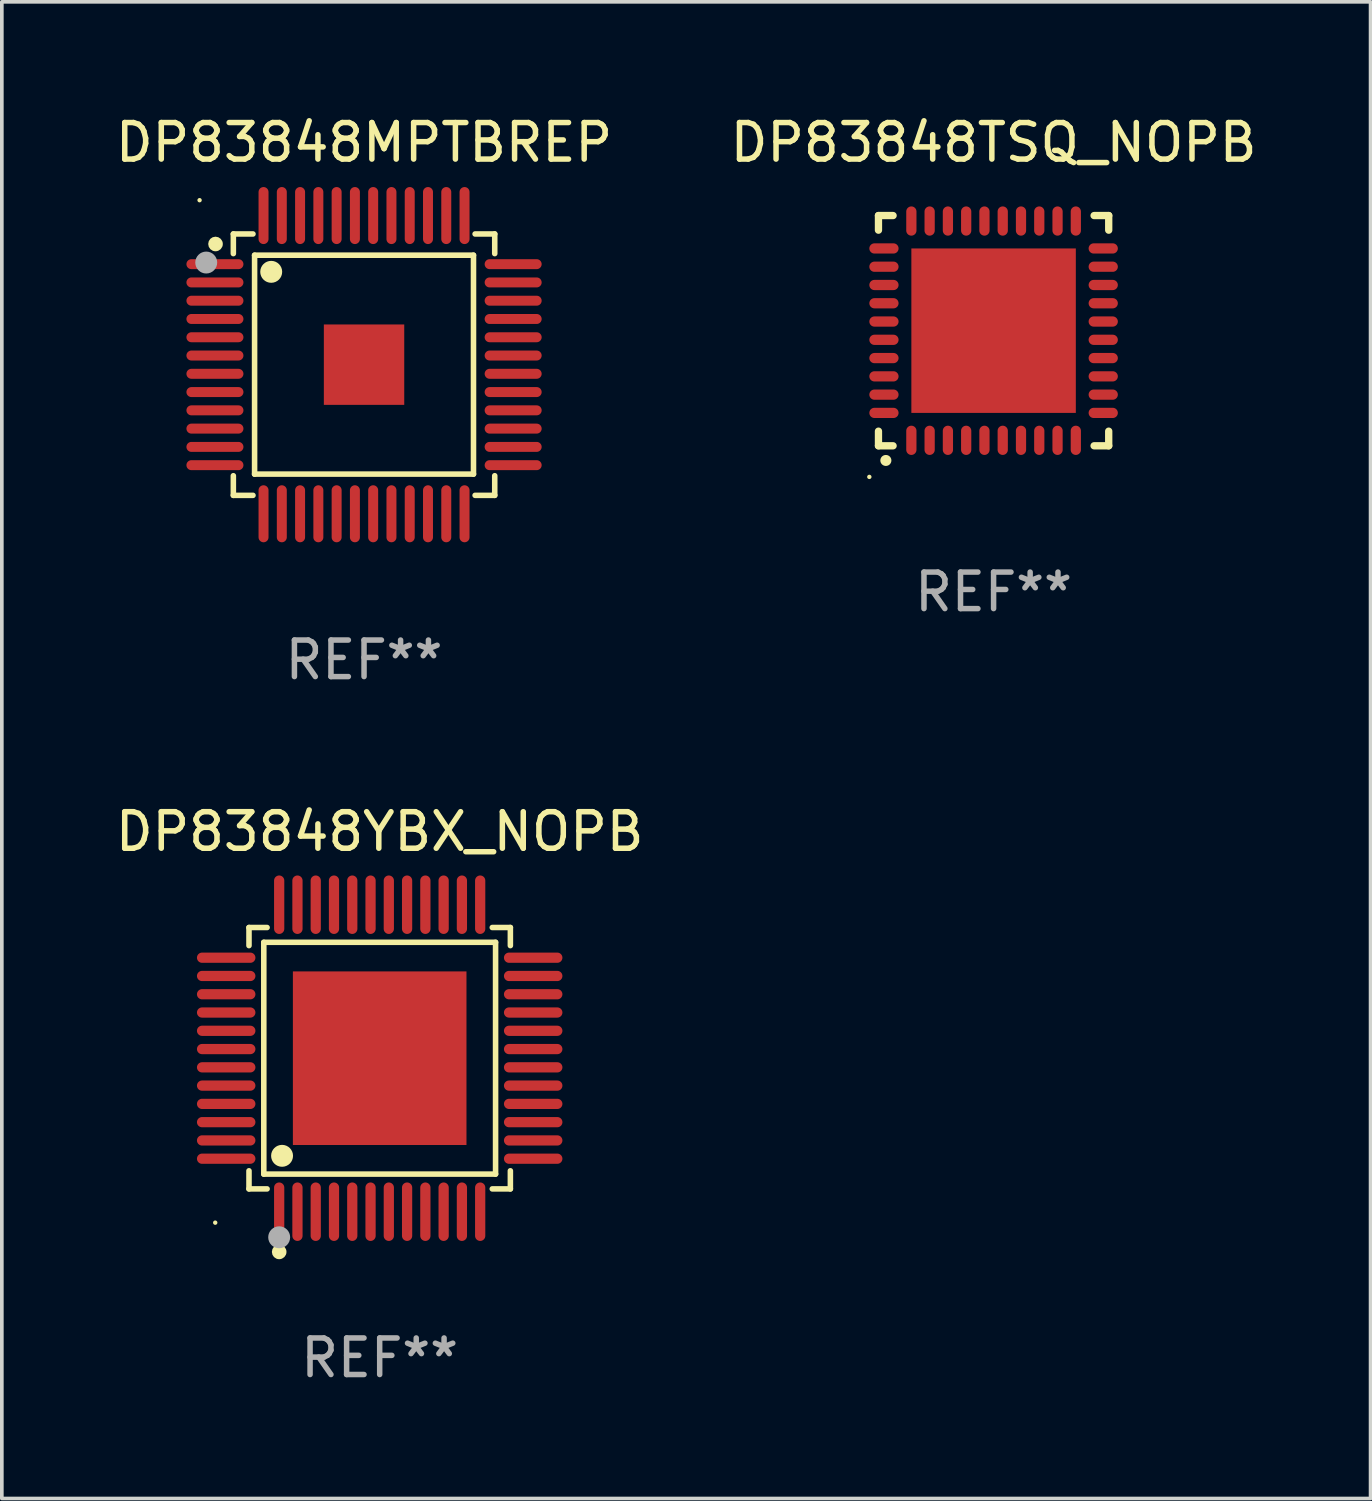
<source format=kicad_pcb>
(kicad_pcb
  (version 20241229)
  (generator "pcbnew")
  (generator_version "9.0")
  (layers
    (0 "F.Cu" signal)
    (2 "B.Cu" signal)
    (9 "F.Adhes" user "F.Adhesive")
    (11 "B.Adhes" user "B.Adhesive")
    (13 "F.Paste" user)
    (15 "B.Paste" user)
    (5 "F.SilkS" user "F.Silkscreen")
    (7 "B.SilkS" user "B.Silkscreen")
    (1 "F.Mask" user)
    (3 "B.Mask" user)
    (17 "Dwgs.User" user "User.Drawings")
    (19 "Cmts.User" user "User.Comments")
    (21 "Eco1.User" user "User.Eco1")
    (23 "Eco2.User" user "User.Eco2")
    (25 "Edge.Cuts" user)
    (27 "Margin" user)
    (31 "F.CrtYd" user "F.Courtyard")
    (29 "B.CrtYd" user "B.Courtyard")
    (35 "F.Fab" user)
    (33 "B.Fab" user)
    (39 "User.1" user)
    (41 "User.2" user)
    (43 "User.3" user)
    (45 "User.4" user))
  (footprint "DP83848MPTBREP"
    (layer "F.Cu")
    (at 6.911 6.928)
    (property "Reference" "DP83848MPTBREP" (at 0 -6.08 0) (layer "F.SilkS") (effects (font (size 1 1) (thickness 0.15))))
    (attr through_hole)
    (fp_line (start -3.576 -3.576) (end -3.039 -3.576) (stroke (width 0.152) (type solid)) (layer "F.SilkS"))
    (fp_line (start -3.576 -3.039) (end -3.576 -3.576) (stroke (width 0.152) (type solid)) (layer "F.SilkS"))
    (fp_line (start -3.576 3.039) (end -3.576 3.576) (stroke (width 0.152) (type solid)) (layer "F.SilkS"))
    (fp_line (start -3.576 3.576) (end -3.039 3.576) (stroke (width 0.152) (type solid)) (layer "F.SilkS"))
    (fp_line (start -2.995 -2.995) (end 2.995 -2.995) (stroke (width 0.152) (type solid)) (layer "F.SilkS"))
    (fp_line (start -2.995 2.995) (end -2.995 -2.995) (stroke (width 0.152) (type solid)) (layer "F.SilkS"))
    (fp_line (start 2.995 -2.995) (end 2.995 2.995) (stroke (width 0.152) (type solid)) (layer "F.SilkS"))
    (fp_line (start 2.995 2.995) (end -2.995 2.995) (stroke (width 0.152) (type solid)) (layer "F.SilkS"))
    (fp_line (start 3.576 -3.576) (end 3.039 -3.576) (stroke (width 0.152) (type solid)) (layer "F.SilkS"))
    (fp_line (start 3.576 -3.039) (end 3.576 -3.576) (stroke (width 0.152) (type solid)) (layer "F.SilkS"))
    (fp_line (start 3.576 3.039) (end 3.576 3.576) (stroke (width 0.152) (type solid)) (layer "F.SilkS"))
    (fp_line (start 3.576 3.576) (end 3.039 3.576) (stroke (width 0.152) (type solid)) (layer "F.SilkS"))
    (fp_circle (center -4.5 -4.5) (end -4.47 -4.5) (stroke (width 0.06) (type solid)) (fill no) (layer "F.SilkS"))
    (fp_circle (center -4.064 -3.302) (end -3.964 -3.302) (stroke (width 0.2) (type solid)) (fill no) (layer "F.SilkS"))
    (fp_circle (center -2.54 -2.54) (end -2.39 -2.54) (stroke (width 0.3) (type solid)) (fill no) (layer "F.SilkS"))
    (fp_circle (center -4.318 -2.794) (end -4.168 -2.794) (stroke (width 0.3) (type solid)) (fill no) (layer "F.Fab"))
    (fp_text user "REF**" (at 0 8.08 0) (layer "F.Fab") (effects (font (size 1 1) (thickness 0.15))))
    (pad "1" smd oval (at -4.08 -2.75) (size 1.56 0.273) (layers "F.Cu" "F.Mask" "F.Paste"))
    (pad "2" smd oval (at -4.08 -2.25) (size 1.56 0.273) (layers "F.Cu" "F.Mask" "F.Paste"))
    (pad "3" smd oval (at -4.08 -1.75) (size 1.56 0.273) (layers "F.Cu" "F.Mask" "F.Paste"))
    (pad "4" smd oval (at -4.08 -1.25) (size 1.56 0.273) (layers "F.Cu" "F.Mask" "F.Paste"))
    (pad "5" smd oval (at -4.08 -0.75) (size 1.56 0.273) (layers "F.Cu" "F.Mask" "F.Paste"))
    (pad "6" smd oval (at -4.08 -0.25) (size 1.56 0.273) (layers "F.Cu" "F.Mask" "F.Paste"))
    (pad "7" smd oval (at -4.08 0.25) (size 1.56 0.273) (layers "F.Cu" "F.Mask" "F.Paste"))
    (pad "8" smd oval (at -4.08 0.75) (size 1.56 0.273) (layers "F.Cu" "F.Mask" "F.Paste"))
    (pad "9" smd oval (at -4.08 1.25) (size 1.56 0.273) (layers "F.Cu" "F.Mask" "F.Paste"))
    (pad "10" smd oval (at -4.08 1.75) (size 1.56 0.273) (layers "F.Cu" "F.Mask" "F.Paste"))
    (pad "11" smd oval (at -4.08 2.25) (size 1.56 0.273) (layers "F.Cu" "F.Mask" "F.Paste"))
    (pad "12" smd oval (at -4.08 2.75) (size 1.56 0.273) (layers "F.Cu" "F.Mask" "F.Paste"))
    (pad "13" smd oval (at -2.75 4.08) (size 0.273 1.56) (layers "F.Cu" "F.Mask" "F.Paste"))
    (pad "14" smd oval (at -2.25 4.08) (size 0.273 1.56) (layers "F.Cu" "F.Mask" "F.Paste"))
    (pad "15" smd oval (at -1.75 4.08) (size 0.273 1.56) (layers "F.Cu" "F.Mask" "F.Paste"))
    (pad "16" smd oval (at -1.25 4.08) (size 0.273 1.56) (layers "F.Cu" "F.Mask" "F.Paste"))
    (pad "17" smd oval (at -0.75 4.08) (size 0.273 1.56) (layers "F.Cu" "F.Mask" "F.Paste"))
    (pad "18" smd oval (at -0.25 4.08) (size 0.273 1.56) (layers "F.Cu" "F.Mask" "F.Paste"))
    (pad "19" smd oval (at 0.25 4.08) (size 0.273 1.56) (layers "F.Cu" "F.Mask" "F.Paste"))
    (pad "20" smd oval (at 0.75 4.08) (size 0.273 1.56) (layers "F.Cu" "F.Mask" "F.Paste"))
    (pad "21" smd oval (at 1.25 4.08) (size 0.273 1.56) (layers "F.Cu" "F.Mask" "F.Paste"))
    (pad "22" smd oval (at 1.75 4.08) (size 0.273 1.56) (layers "F.Cu" "F.Mask" "F.Paste"))
    (pad "23" smd oval (at 2.25 4.08) (size 0.273 1.56) (layers "F.Cu" "F.Mask" "F.Paste"))
    (pad "24" smd oval (at 2.75 4.08) (size 0.273 1.56) (layers "F.Cu" "F.Mask" "F.Paste"))
    (pad "25" smd oval (at 4.08 2.75) (size 1.56 0.273) (layers "F.Cu" "F.Mask" "F.Paste"))
    (pad "26" smd oval (at 4.08 2.25) (size 1.56 0.273) (layers "F.Cu" "F.Mask" "F.Paste"))
    (pad "27" smd oval (at 4.08 1.75) (size 1.56 0.273) (layers "F.Cu" "F.Mask" "F.Paste"))
    (pad "28" smd oval (at 4.08 1.25) (size 1.56 0.273) (layers "F.Cu" "F.Mask" "F.Paste"))
    (pad "29" smd oval (at 4.08 0.75) (size 1.56 0.273) (layers "F.Cu" "F.Mask" "F.Paste"))
    (pad "30" smd oval (at 4.08 0.25) (size 1.56 0.273) (layers "F.Cu" "F.Mask" "F.Paste"))
    (pad "31" smd oval (at 4.08 -0.25) (size 1.56 0.273) (layers "F.Cu" "F.Mask" "F.Paste"))
    (pad "32" smd oval (at 4.08 -0.75) (size 1.56 0.273) (layers "F.Cu" "F.Mask" "F.Paste"))
    (pad "33" smd oval (at 4.08 -1.25) (size 1.56 0.273) (layers "F.Cu" "F.Mask" "F.Paste"))
    (pad "34" smd oval (at 4.08 -1.75) (size 1.56 0.273) (layers "F.Cu" "F.Mask" "F.Paste"))
    (pad "35" smd oval (at 4.08 -2.25) (size 1.56 0.273) (layers "F.Cu" "F.Mask" "F.Paste"))
    (pad "36" smd oval (at 4.08 -2.75) (size 1.56 0.273) (layers "F.Cu" "F.Mask" "F.Paste"))
    (pad "37" smd oval (at 2.75 -4.08) (size 0.273 1.56) (layers "F.Cu" "F.Mask" "F.Paste"))
    (pad "38" smd oval (at 2.25 -4.08) (size 0.273 1.56) (layers "F.Cu" "F.Mask" "F.Paste"))
    (pad "39" smd oval (at 1.75 -4.08) (size 0.273 1.56) (layers "F.Cu" "F.Mask" "F.Paste"))
    (pad "40" smd oval (at 1.25 -4.08) (size 0.273 1.56) (layers "F.Cu" "F.Mask" "F.Paste"))
    (pad "41" smd oval (at 0.75 -4.08) (size 0.273 1.56) (layers "F.Cu" "F.Mask" "F.Paste"))
    (pad "42" smd oval (at 0.25 -4.08) (size 0.273 1.56) (layers "F.Cu" "F.Mask" "F.Paste"))
    (pad "43" smd oval (at -0.25 -4.08) (size 0.273 1.56) (layers "F.Cu" "F.Mask" "F.Paste"))
    (pad "44" smd oval (at -0.75 -4.08) (size 0.273 1.56) (layers "F.Cu" "F.Mask" "F.Paste"))
    (pad "45" smd oval (at -1.25 -4.08) (size 0.273 1.56) (layers "F.Cu" "F.Mask" "F.Paste"))
    (pad "46" smd oval (at -1.75 -4.08) (size 0.273 1.56) (layers "F.Cu" "F.Mask" "F.Paste"))
    (pad "47" smd oval (at -2.25 -4.08) (size 0.273 1.56) (layers "F.Cu" "F.Mask" "F.Paste"))
    (pad "48" smd oval (at -2.75 -4.08) (size 0.273 1.56) (layers "F.Cu" "F.Mask" "F.Paste"))
    (pad "49" smd rect (at 0 0) (size 2.2 2.2) (layers "F.Cu" "F.Mask" "F.Paste")))
  (footprint "DP83848YBX_NOPB"
    (layer "F.Cu")
    (at 7.339 25.905)
    (property "Reference" "DP83848YBX_NOPB" (at 0 -6.2 0) (layer "F.SilkS") (effects (font (size 1 1) (thickness 0.15))))
    (attr through_hole)
    (fp_line (start -3.576 -3.576) (end -3.081 -3.576) (stroke (width 0.152) (type solid)) (layer "F.SilkS"))
    (fp_line (start -3.576 -3.081) (end -3.576 -3.576) (stroke (width 0.152) (type solid)) (layer "F.SilkS"))
    (fp_line (start -3.576 3.081) (end -3.576 3.576) (stroke (width 0.152) (type solid)) (layer "F.SilkS"))
    (fp_line (start -3.576 3.576) (end -3.081 3.576) (stroke (width 0.152) (type solid)) (layer "F.SilkS"))
    (fp_line (start -3.171 -3.171) (end 3.171 -3.171) (stroke (width 0.152) (type solid)) (layer "F.SilkS"))
    (fp_line (start -3.171 3.171) (end -3.171 -3.171) (stroke (width 0.152) (type solid)) (layer "F.SilkS"))
    (fp_line (start 3.171 -3.171) (end 3.171 3.171) (stroke (width 0.152) (type solid)) (layer "F.SilkS"))
    (fp_line (start 3.171 3.171) (end -3.171 3.171) (stroke (width 0.152) (type solid)) (layer "F.SilkS"))
    (fp_line (start 3.576 -3.576) (end 3.081 -3.576) (stroke (width 0.152) (type solid)) (layer "F.SilkS"))
    (fp_line (start 3.576 -3.081) (end 3.576 -3.576) (stroke (width 0.152) (type solid)) (layer "F.SilkS"))
    (fp_line (start 3.576 3.081) (end 3.576 3.576) (stroke (width 0.152) (type solid)) (layer "F.SilkS"))
    (fp_line (start 3.576 3.576) (end 3.081 3.576) (stroke (width 0.152) (type solid)) (layer "F.SilkS"))
    (fp_circle (center -4.5 4.5) (end -4.47 4.5) (stroke (width 0.06) (type solid)) (fill no) (layer "F.SilkS"))
    (fp_circle (center -2.75 5.3) (end -2.65 5.3) (stroke (width 0.2) (type solid)) (fill no) (layer "F.SilkS"))
    (fp_circle (center -2.671 2.671) (end -2.521 2.671) (stroke (width 0.3) (type solid)) (fill no) (layer "F.SilkS"))
    (fp_circle (center -2.75 4.9) (end -2.6 4.9) (stroke (width 0.3) (type solid)) (fill no) (layer "F.Fab"))
    (fp_text user "REF**" (at 0 8.2 0) (layer "F.Fab") (effects (font (size 1 1) (thickness 0.15))))
    (pad "1" smd oval (at -2.75 4.2) (size 0.28 1.6) (layers "F.Cu" "F.Mask" "F.Paste"))
    (pad "2" smd oval (at -2.25 4.2) (size 0.28 1.6) (layers "F.Cu" "F.Mask" "F.Paste"))
    (pad "3" smd oval (at -1.75 4.2) (size 0.28 1.6) (layers "F.Cu" "F.Mask" "F.Paste"))
    (pad "4" smd oval (at -1.25 4.2) (size 0.28 1.6) (layers "F.Cu" "F.Mask" "F.Paste"))
    (pad "5" smd oval (at -0.75 4.2) (size 0.28 1.6) (layers "F.Cu" "F.Mask" "F.Paste"))
    (pad "6" smd oval (at -0.25 4.2) (size 0.28 1.6) (layers "F.Cu" "F.Mask" "F.Paste"))
    (pad "7" smd oval (at 0.25 4.2) (size 0.28 1.6) (layers "F.Cu" "F.Mask" "F.Paste"))
    (pad "8" smd oval (at 0.75 4.2) (size 0.28 1.6) (layers "F.Cu" "F.Mask" "F.Paste"))
    (pad "9" smd oval (at 1.25 4.2) (size 0.28 1.6) (layers "F.Cu" "F.Mask" "F.Paste"))
    (pad "10" smd oval (at 1.75 4.2) (size 0.28 1.6) (layers "F.Cu" "F.Mask" "F.Paste"))
    (pad "11" smd oval (at 2.25 4.2) (size 0.28 1.6) (layers "F.Cu" "F.Mask" "F.Paste"))
    (pad "12" smd oval (at 2.75 4.2) (size 0.28 1.6) (layers "F.Cu" "F.Mask" "F.Paste"))
    (pad "13" smd oval (at 4.2 2.75) (size 1.6 0.28) (layers "F.Cu" "F.Mask" "F.Paste"))
    (pad "14" smd oval (at 4.2 2.25) (size 1.6 0.28) (layers "F.Cu" "F.Mask" "F.Paste"))
    (pad "15" smd oval (at 4.2 1.75) (size 1.6 0.28) (layers "F.Cu" "F.Mask" "F.Paste"))
    (pad "16" smd oval (at 4.2 1.25) (size 1.6 0.28) (layers "F.Cu" "F.Mask" "F.Paste"))
    (pad "17" smd oval (at 4.2 0.75) (size 1.6 0.28) (layers "F.Cu" "F.Mask" "F.Paste"))
    (pad "18" smd oval (at 4.2 0.25) (size 1.6 0.28) (layers "F.Cu" "F.Mask" "F.Paste"))
    (pad "19" smd oval (at 4.2 -0.25) (size 1.6 0.28) (layers "F.Cu" "F.Mask" "F.Paste"))
    (pad "20" smd oval (at 4.2 -0.75) (size 1.6 0.28) (layers "F.Cu" "F.Mask" "F.Paste"))
    (pad "21" smd oval (at 4.2 -1.25) (size 1.6 0.28) (layers "F.Cu" "F.Mask" "F.Paste"))
    (pad "22" smd oval (at 4.2 -1.75) (size 1.6 0.28) (layers "F.Cu" "F.Mask" "F.Paste"))
    (pad "23" smd oval (at 4.2 -2.25) (size 1.6 0.28) (layers "F.Cu" "F.Mask" "F.Paste"))
    (pad "24" smd oval (at 4.2 -2.75) (size 1.6 0.28) (layers "F.Cu" "F.Mask" "F.Paste"))
    (pad "25" smd oval (at 2.75 -4.2) (size 0.28 1.6) (layers "F.Cu" "F.Mask" "F.Paste"))
    (pad "26" smd oval (at 2.25 -4.2) (size 0.28 1.6) (layers "F.Cu" "F.Mask" "F.Paste"))
    (pad "27" smd oval (at 1.75 -4.2) (size 0.28 1.6) (layers "F.Cu" "F.Mask" "F.Paste"))
    (pad "28" smd oval (at 1.25 -4.2) (size 0.28 1.6) (layers "F.Cu" "F.Mask" "F.Paste"))
    (pad "29" smd oval (at 0.75 -4.2) (size 0.28 1.6) (layers "F.Cu" "F.Mask" "F.Paste"))
    (pad "30" smd oval (at 0.25 -4.2) (size 0.28 1.6) (layers "F.Cu" "F.Mask" "F.Paste"))
    (pad "31" smd oval (at -0.25 -4.2) (size 0.28 1.6) (layers "F.Cu" "F.Mask" "F.Paste"))
    (pad "32" smd oval (at -0.75 -4.2) (size 0.28 1.6) (layers "F.Cu" "F.Mask" "F.Paste"))
    (pad "33" smd oval (at -1.25 -4.2) (size 0.28 1.6) (layers "F.Cu" "F.Mask" "F.Paste"))
    (pad "34" smd oval (at -1.75 -4.2) (size 0.28 1.6) (layers "F.Cu" "F.Mask" "F.Paste"))
    (pad "35" smd oval (at -2.25 -4.2) (size 0.28 1.6) (layers "F.Cu" "F.Mask" "F.Paste"))
    (pad "36" smd oval (at -2.75 -4.2) (size 0.28 1.6) (layers "F.Cu" "F.Mask" "F.Paste"))
    (pad "37" smd oval (at -4.2 -2.75) (size 1.6 0.28) (layers "F.Cu" "F.Mask" "F.Paste"))
    (pad "38" smd oval (at -4.2 -2.25) (size 1.6 0.28) (layers "F.Cu" "F.Mask" "F.Paste"))
    (pad "39" smd oval (at -4.2 -1.75) (size 1.6 0.28) (layers "F.Cu" "F.Mask" "F.Paste"))
    (pad "40" smd oval (at -4.2 -1.25) (size 1.6 0.28) (layers "F.Cu" "F.Mask" "F.Paste"))
    (pad "41" smd oval (at -4.2 -0.75) (size 1.6 0.28) (layers "F.Cu" "F.Mask" "F.Paste"))
    (pad "42" smd oval (at -4.2 -0.25) (size 1.6 0.28) (layers "F.Cu" "F.Mask" "F.Paste"))
    (pad "43" smd oval (at -4.2 0.25) (size 1.6 0.28) (layers "F.Cu" "F.Mask" "F.Paste"))
    (pad "44" smd oval (at -4.2 0.75) (size 1.6 0.28) (layers "F.Cu" "F.Mask" "F.Paste"))
    (pad "45" smd oval (at -4.2 1.25) (size 1.6 0.28) (layers "F.Cu" "F.Mask" "F.Paste"))
    (pad "46" smd oval (at -4.2 1.75) (size 1.6 0.28) (layers "F.Cu" "F.Mask" "F.Paste"))
    (pad "47" smd oval (at -4.2 2.25) (size 1.6 0.28) (layers "F.Cu" "F.Mask" "F.Paste"))
    (pad "48" smd oval (at -4.2 2.75) (size 1.6 0.28) (layers "F.Cu" "F.Mask" "F.Paste"))
    (pad "49" smd rect (at 0 0) (size 4.75 4.75) (layers "F.Cu" "F.Mask" "F.Paste")))
  (footprint "DP83848TSQ_NOPB"
    (layer "F.Cu")
    (at 24.137 5.998)
    (property "Reference" "DP83848TSQ_NOPB" (at 0 -5.15 0) (layer "F.SilkS") (effects (font (size 1 1) (thickness 0.15))))
    (attr through_hole)
    (fp_line (start -3.15 -3.15) (end -2.75 -3.15) (stroke (width 0.2) (type solid)) (layer "F.SilkS"))
    (fp_line (start -3.15 -2.75) (end -3.15 -3.15) (stroke (width 0.2) (type solid)) (layer "F.SilkS"))
    (fp_line (start -3.15 3.15) (end -3.15 2.75) (stroke (width 0.2) (type solid)) (layer "F.SilkS"))
    (fp_line (start -2.75 3.15) (end -3.15 3.15) (stroke (width 0.2) (type solid)) (layer "F.SilkS"))
    (fp_line (start 3.15 -3.15) (end 2.75 -3.15) (stroke (width 0.2) (type solid)) (layer "F.SilkS"))
    (fp_line (start 3.15 -2.75) (end 3.15 -3.15) (stroke (width 0.2) (type solid)) (layer "F.SilkS"))
    (fp_line (start 3.15 2.75) (end 3.15 3.15) (stroke (width 0.2) (type solid)) (layer "F.SilkS"))
    (fp_line (start 3.15 3.15) (end 2.75 3.15) (stroke (width 0.2) (type solid)) (layer "F.SilkS"))
    (fp_arc (start -2.948946 3.550927) (mid -2.947676 3.550922) (end -2.946406 3.550927) (stroke (width 0.3) (type solid)) (layer "F.SilkS"))
    (fp_circle (center -3.4 4.001) (end -3.37 4.001) (stroke (width 0.06) (type solid)) (fill no) (layer "F.SilkS"))
    (fp_text user "REF**" (at 0 7.15 0) (layer "F.Fab") (effects (font (size 1 1) (thickness 0.15))))
    (pad "1" smd oval (at -2.25 3 180) (size 0.28 0.8) (layers "F.Cu" "F.Mask" "F.Paste"))
    (pad "2" smd oval (at -1.75 3 180) (size 0.28 0.8) (layers "F.Cu" "F.Mask" "F.Paste"))
    (pad "3" smd oval (at -1.25 3 180) (size 0.28 0.8) (layers "F.Cu" "F.Mask" "F.Paste"))
    (pad "4" smd oval (at -0.75 3 180) (size 0.28 0.8) (layers "F.Cu" "F.Mask" "F.Paste"))
    (pad "5" smd oval (at -0.25 3 180) (size 0.28 0.8) (layers "F.Cu" "F.Mask" "F.Paste"))
    (pad "6" smd oval (at 0.25 3 180) (size 0.28 0.8) (layers "F.Cu" "F.Mask" "F.Paste"))
    (pad "7" smd oval (at 0.75 3 180) (size 0.28 0.8) (layers "F.Cu" "F.Mask" "F.Paste"))
    (pad "8" smd oval (at 1.25 3 180) (size 0.28 0.8) (layers "F.Cu" "F.Mask" "F.Paste"))
    (pad "9" smd oval (at 1.75 3 180) (size 0.28 0.8) (layers "F.Cu" "F.Mask" "F.Paste"))
    (pad "10" smd oval (at 2.25 3 180) (size 0.28 0.8) (layers "F.Cu" "F.Mask" "F.Paste"))
    (pad "11" smd oval (at 3 2.25 90) (size 0.28 0.8) (layers "F.Cu" "F.Mask" "F.Paste"))
    (pad "12" smd oval (at 3 1.75 90) (size 0.28 0.8) (layers "F.Cu" "F.Mask" "F.Paste"))
    (pad "13" smd oval (at 3 1.25 90) (size 0.28 0.8) (layers "F.Cu" "F.Mask" "F.Paste"))
    (pad "14" smd oval (at 3 0.75 90) (size 0.28 0.8) (layers "F.Cu" "F.Mask" "F.Paste"))
    (pad "15" smd oval (at 3 0.25 90) (size 0.28 0.8) (layers "F.Cu" "F.Mask" "F.Paste"))
    (pad "16" smd oval (at 3 -0.25 90) (size 0.28 0.8) (layers "F.Cu" "F.Mask" "F.Paste"))
    (pad "17" smd oval (at 3 -0.75 90) (size 0.28 0.8) (layers "F.Cu" "F.Mask" "F.Paste"))
    (pad "18" smd oval (at 3 -1.25 90) (size 0.28 0.8) (layers "F.Cu" "F.Mask" "F.Paste"))
    (pad "19" smd oval (at 3 -1.75 90) (size 0.28 0.8) (layers "F.Cu" "F.Mask" "F.Paste"))
    (pad "20" smd oval (at 3 -2.25 90) (size 0.28 0.8) (layers "F.Cu" "F.Mask" "F.Paste"))
    (pad "21" smd oval (at 2.25 -3 180) (size 0.28 0.8) (layers "F.Cu" "F.Mask" "F.Paste"))
    (pad "22" smd oval (at 1.75 -3 180) (size 0.28 0.8) (layers "F.Cu" "F.Mask" "F.Paste"))
    (pad "23" smd oval (at 1.25 -3 180) (size 0.28 0.8) (layers "F.Cu" "F.Mask" "F.Paste"))
    (pad "24" smd oval (at 0.75 -3 180) (size 0.28 0.8) (layers "F.Cu" "F.Mask" "F.Paste"))
    (pad "25" smd oval (at 0.25 -3 180) (size 0.28 0.8) (layers "F.Cu" "F.Mask" "F.Paste"))
    (pad "26" smd oval (at -0.25 -3 180) (size 0.28 0.8) (layers "F.Cu" "F.Mask" "F.Paste"))
    (pad "27" smd oval (at -0.75 -3 180) (size 0.28 0.8) (layers "F.Cu" "F.Mask" "F.Paste"))
    (pad "28" smd oval (at -1.25 -3 180) (size 0.28 0.8) (layers "F.Cu" "F.Mask" "F.Paste"))
    (pad "29" smd oval (at -1.75 -3 180) (size 0.28 0.8) (layers "F.Cu" "F.Mask" "F.Paste"))
    (pad "30" smd oval (at -2.25 -3 180) (size 0.28 0.8) (layers "F.Cu" "F.Mask" "F.Paste"))
    (pad "31" smd oval (at -3 -2.25 90) (size 0.28 0.8) (layers "F.Cu" "F.Mask" "F.Paste"))
    (pad "32" smd oval (at -3 -1.75 90) (size 0.28 0.8) (layers "F.Cu" "F.Mask" "F.Paste"))
    (pad "33" smd oval (at -3 -1.25 90) (size 0.28 0.8) (layers "F.Cu" "F.Mask" "F.Paste"))
    (pad "34" smd oval (at -3 -0.75 90) (size 0.28 0.8) (layers "F.Cu" "F.Mask" "F.Paste"))
    (pad "35" smd oval (at -3 -0.25 90) (size 0.28 0.8) (layers "F.Cu" "F.Mask" "F.Paste"))
    (pad "36" smd oval (at -3 0.25 90) (size 0.28 0.8) (layers "F.Cu" "F.Mask" "F.Paste"))
    (pad "37" smd oval (at -3 0.75 90) (size 0.28 0.8) (layers "F.Cu" "F.Mask" "F.Paste"))
    (pad "38" smd oval (at -3 1.25 90) (size 0.28 0.8) (layers "F.Cu" "F.Mask" "F.Paste"))
    (pad "39" smd oval (at -3 1.75 90) (size 0.28 0.8) (layers "F.Cu" "F.Mask" "F.Paste"))
    (pad "40" smd oval (at -3 2.25 90) (size 0.28 0.8) (layers "F.Cu" "F.Mask" "F.Paste"))
    (pad "41" smd rect (at 0.000051 0.000051 90) (size 4.5 4.5) (layers "F.Cu" "F.Mask" "F.Paste")))
  (gr_rect
    (start -3 -3)
    (end 34.452 37.953)
    (stroke (width 0.1) (type default))
    (fill no)
    (layer "Edge.Cuts")))
</source>
